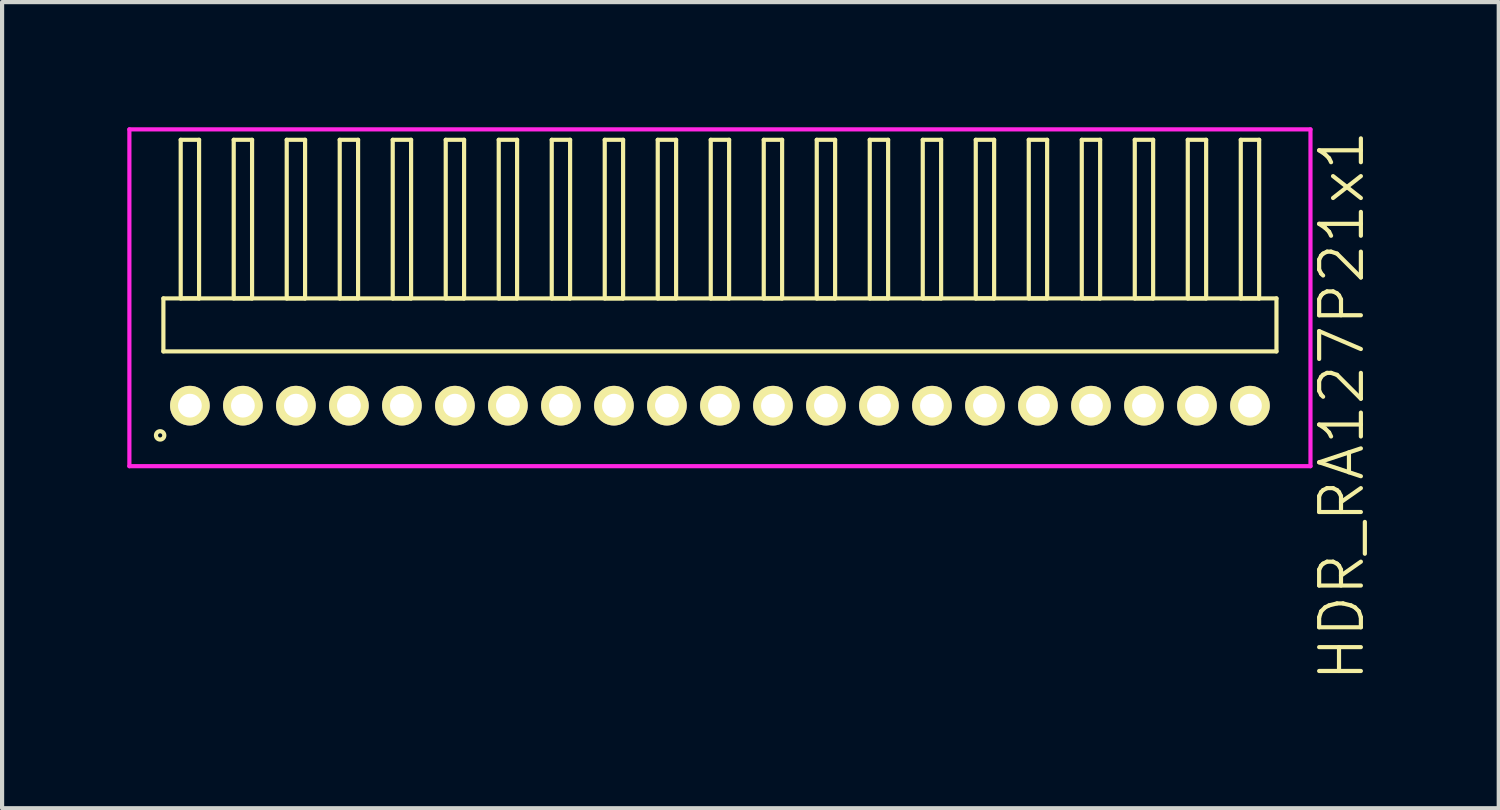
<source format=kicad_pcb>
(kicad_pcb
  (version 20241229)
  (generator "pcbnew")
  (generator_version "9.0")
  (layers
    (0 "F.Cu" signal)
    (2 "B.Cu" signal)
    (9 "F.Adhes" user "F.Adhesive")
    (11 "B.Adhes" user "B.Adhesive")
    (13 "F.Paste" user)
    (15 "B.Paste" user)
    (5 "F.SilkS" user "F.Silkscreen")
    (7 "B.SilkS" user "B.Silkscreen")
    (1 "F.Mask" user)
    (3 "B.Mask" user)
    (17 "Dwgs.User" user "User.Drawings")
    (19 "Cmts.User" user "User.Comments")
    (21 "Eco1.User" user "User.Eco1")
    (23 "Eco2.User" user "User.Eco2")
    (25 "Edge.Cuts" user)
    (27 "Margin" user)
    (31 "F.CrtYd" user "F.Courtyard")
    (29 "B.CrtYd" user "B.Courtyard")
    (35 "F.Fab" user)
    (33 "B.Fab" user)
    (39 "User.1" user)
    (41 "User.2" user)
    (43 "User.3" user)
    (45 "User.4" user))
  (footprint "HDR_RA127P21x1"
    (layer "F.Cu")
    (at 14.2 6.67)
    (property "Reference" "HDR_RA127P21x1" (at 14.9 0 90) (layer "F.SilkS") (effects (font (size 1 1) (thickness 0.1))))
    (attr through_hole)
    (fp_line (start -13.335 -2.57) (end -13.335 -1.3) (stroke (width 0.1) (type solid)) (layer "F.SilkS"))
    (fp_line (start -13.335 -1.3) (end 13.335 -1.3) (stroke (width 0.1) (type solid)) (layer "F.SilkS"))
    (fp_line (start -12.92 -6.37) (end -12.92 -2.57) (stroke (width 0.1) (type solid)) (layer "F.SilkS"))
    (fp_line (start -12.92 -2.57) (end -12.48 -2.57) (stroke (width 0.1) (type solid)) (layer "F.SilkS"))
    (fp_line (start -12.48 -6.37) (end -12.92 -6.37) (stroke (width 0.1) (type solid)) (layer "F.SilkS"))
    (fp_line (start -12.48 -2.57) (end -12.48 -6.37) (stroke (width 0.1) (type solid)) (layer "F.SilkS"))
    (fp_line (start -11.65 -6.37) (end -11.65 -2.57) (stroke (width 0.1) (type solid)) (layer "F.SilkS"))
    (fp_line (start -11.65 -2.57) (end -11.21 -2.57) (stroke (width 0.1) (type solid)) (layer "F.SilkS"))
    (fp_line (start -11.21 -6.37) (end -11.65 -6.37) (stroke (width 0.1) (type solid)) (layer "F.SilkS"))
    (fp_line (start -11.21 -2.57) (end -11.21 -6.37) (stroke (width 0.1) (type solid)) (layer "F.SilkS"))
    (fp_line (start -10.38 -6.37) (end -10.38 -2.57) (stroke (width 0.1) (type solid)) (layer "F.SilkS"))
    (fp_line (start -10.38 -2.57) (end -9.94 -2.57) (stroke (width 0.1) (type solid)) (layer "F.SilkS"))
    (fp_line (start -9.94 -6.37) (end -10.38 -6.37) (stroke (width 0.1) (type solid)) (layer "F.SilkS"))
    (fp_line (start -9.94 -2.57) (end -9.94 -6.37) (stroke (width 0.1) (type solid)) (layer "F.SilkS"))
    (fp_line (start -9.11 -6.37) (end -9.11 -2.57) (stroke (width 0.1) (type solid)) (layer "F.SilkS"))
    (fp_line (start -9.11 -2.57) (end -8.67 -2.57) (stroke (width 0.1) (type solid)) (layer "F.SilkS"))
    (fp_line (start -8.67 -6.37) (end -9.11 -6.37) (stroke (width 0.1) (type solid)) (layer "F.SilkS"))
    (fp_line (start -8.67 -2.57) (end -8.67 -6.37) (stroke (width 0.1) (type solid)) (layer "F.SilkS"))
    (fp_line (start -7.84 -6.37) (end -7.84 -2.57) (stroke (width 0.1) (type solid)) (layer "F.SilkS"))
    (fp_line (start -7.84 -2.57) (end -7.4 -2.57) (stroke (width 0.1) (type solid)) (layer "F.SilkS"))
    (fp_line (start -7.4 -6.37) (end -7.84 -6.37) (stroke (width 0.1) (type solid)) (layer "F.SilkS"))
    (fp_line (start -7.4 -2.57) (end -7.4 -6.37) (stroke (width 0.1) (type solid)) (layer "F.SilkS"))
    (fp_line (start -6.57 -6.37) (end -6.57 -2.57) (stroke (width 0.1) (type solid)) (layer "F.SilkS"))
    (fp_line (start -6.57 -2.57) (end -6.13 -2.57) (stroke (width 0.1) (type solid)) (layer "F.SilkS"))
    (fp_line (start -6.13 -6.37) (end -6.57 -6.37) (stroke (width 0.1) (type solid)) (layer "F.SilkS"))
    (fp_line (start -6.13 -2.57) (end -6.13 -6.37) (stroke (width 0.1) (type solid)) (layer "F.SilkS"))
    (fp_line (start -5.3 -6.37) (end -5.3 -2.57) (stroke (width 0.1) (type solid)) (layer "F.SilkS"))
    (fp_line (start -5.3 -2.57) (end -4.86 -2.57) (stroke (width 0.1) (type solid)) (layer "F.SilkS"))
    (fp_line (start -4.86 -6.37) (end -5.3 -6.37) (stroke (width 0.1) (type solid)) (layer "F.SilkS"))
    (fp_line (start -4.86 -2.57) (end -4.86 -6.37) (stroke (width 0.1) (type solid)) (layer "F.SilkS"))
    (fp_line (start -4.03 -6.37) (end -4.03 -2.57) (stroke (width 0.1) (type solid)) (layer "F.SilkS"))
    (fp_line (start -4.03 -2.57) (end -3.59 -2.57) (stroke (width 0.1) (type solid)) (layer "F.SilkS"))
    (fp_line (start -3.59 -6.37) (end -4.03 -6.37) (stroke (width 0.1) (type solid)) (layer "F.SilkS"))
    (fp_line (start -3.59 -2.57) (end -3.59 -6.37) (stroke (width 0.1) (type solid)) (layer "F.SilkS"))
    (fp_line (start -2.76 -6.37) (end -2.76 -2.57) (stroke (width 0.1) (type solid)) (layer "F.SilkS"))
    (fp_line (start -2.76 -2.57) (end -2.32 -2.57) (stroke (width 0.1) (type solid)) (layer "F.SilkS"))
    (fp_line (start -2.32 -6.37) (end -2.76 -6.37) (stroke (width 0.1) (type solid)) (layer "F.SilkS"))
    (fp_line (start -2.32 -2.57) (end -2.32 -6.37) (stroke (width 0.1) (type solid)) (layer "F.SilkS"))
    (fp_line (start -1.49 -6.37) (end -1.49 -2.57) (stroke (width 0.1) (type solid)) (layer "F.SilkS"))
    (fp_line (start -1.49 -2.57) (end -1.05 -2.57) (stroke (width 0.1) (type solid)) (layer "F.SilkS"))
    (fp_line (start -1.05 -6.37) (end -1.49 -6.37) (stroke (width 0.1) (type solid)) (layer "F.SilkS"))
    (fp_line (start -1.05 -2.57) (end -1.05 -6.37) (stroke (width 0.1) (type solid)) (layer "F.SilkS"))
    (fp_line (start -0.22 -6.37) (end -0.22 -2.57) (stroke (width 0.1) (type solid)) (layer "F.SilkS"))
    (fp_line (start -0.22 -2.57) (end 0.22 -2.57) (stroke (width 0.1) (type solid)) (layer "F.SilkS"))
    (fp_line (start 0.22 -6.37) (end -0.22 -6.37) (stroke (width 0.1) (type solid)) (layer "F.SilkS"))
    (fp_line (start 0.22 -2.57) (end 0.22 -6.37) (stroke (width 0.1) (type solid)) (layer "F.SilkS"))
    (fp_line (start 1.05 -6.37) (end 1.05 -2.57) (stroke (width 0.1) (type solid)) (layer "F.SilkS"))
    (fp_line (start 1.05 -2.57) (end 1.49 -2.57) (stroke (width 0.1) (type solid)) (layer "F.SilkS"))
    (fp_line (start 1.49 -6.37) (end 1.05 -6.37) (stroke (width 0.1) (type solid)) (layer "F.SilkS"))
    (fp_line (start 1.49 -2.57) (end 1.49 -6.37) (stroke (width 0.1) (type solid)) (layer "F.SilkS"))
    (fp_line (start 2.32 -6.37) (end 2.32 -2.57) (stroke (width 0.1) (type solid)) (layer "F.SilkS"))
    (fp_line (start 2.32 -2.57) (end 2.76 -2.57) (stroke (width 0.1) (type solid)) (layer "F.SilkS"))
    (fp_line (start 2.76 -6.37) (end 2.32 -6.37) (stroke (width 0.1) (type solid)) (layer "F.SilkS"))
    (fp_line (start 2.76 -2.57) (end 2.76 -6.37) (stroke (width 0.1) (type solid)) (layer "F.SilkS"))
    (fp_line (start 3.59 -6.37) (end 3.59 -2.57) (stroke (width 0.1) (type solid)) (layer "F.SilkS"))
    (fp_line (start 3.59 -2.57) (end 4.03 -2.57) (stroke (width 0.1) (type solid)) (layer "F.SilkS"))
    (fp_line (start 4.03 -6.37) (end 3.59 -6.37) (stroke (width 0.1) (type solid)) (layer "F.SilkS"))
    (fp_line (start 4.03 -2.57) (end 4.03 -6.37) (stroke (width 0.1) (type solid)) (layer "F.SilkS"))
    (fp_line (start 4.86 -6.37) (end 4.86 -2.57) (stroke (width 0.1) (type solid)) (layer "F.SilkS"))
    (fp_line (start 4.86 -2.57) (end 5.3 -2.57) (stroke (width 0.1) (type solid)) (layer "F.SilkS"))
    (fp_line (start 5.3 -6.37) (end 4.86 -6.37) (stroke (width 0.1) (type solid)) (layer "F.SilkS"))
    (fp_line (start 5.3 -2.57) (end 5.3 -6.37) (stroke (width 0.1) (type solid)) (layer "F.SilkS"))
    (fp_line (start 6.13 -6.37) (end 6.13 -2.57) (stroke (width 0.1) (type solid)) (layer "F.SilkS"))
    (fp_line (start 6.13 -2.57) (end 6.57 -2.57) (stroke (width 0.1) (type solid)) (layer "F.SilkS"))
    (fp_line (start 6.57 -6.37) (end 6.13 -6.37) (stroke (width 0.1) (type solid)) (layer "F.SilkS"))
    (fp_line (start 6.57 -2.57) (end 6.57 -6.37) (stroke (width 0.1) (type solid)) (layer "F.SilkS"))
    (fp_line (start 7.4 -6.37) (end 7.4 -2.57) (stroke (width 0.1) (type solid)) (layer "F.SilkS"))
    (fp_line (start 7.4 -2.57) (end 7.84 -2.57) (stroke (width 0.1) (type solid)) (layer "F.SilkS"))
    (fp_line (start 7.84 -6.37) (end 7.4 -6.37) (stroke (width 0.1) (type solid)) (layer "F.SilkS"))
    (fp_line (start 7.84 -2.57) (end 7.84 -6.37) (stroke (width 0.1) (type solid)) (layer "F.SilkS"))
    (fp_line (start 8.67 -6.37) (end 8.67 -2.57) (stroke (width 0.1) (type solid)) (layer "F.SilkS"))
    (fp_line (start 8.67 -2.57) (end 9.11 -2.57) (stroke (width 0.1) (type solid)) (layer "F.SilkS"))
    (fp_line (start 9.11 -6.37) (end 8.67 -6.37) (stroke (width 0.1) (type solid)) (layer "F.SilkS"))
    (fp_line (start 9.11 -2.57) (end 9.11 -6.37) (stroke (width 0.1) (type solid)) (layer "F.SilkS"))
    (fp_line (start 9.94 -6.37) (end 9.94 -2.57) (stroke (width 0.1) (type solid)) (layer "F.SilkS"))
    (fp_line (start 9.94 -2.57) (end 10.38 -2.57) (stroke (width 0.1) (type solid)) (layer "F.SilkS"))
    (fp_line (start 10.38 -6.37) (end 9.94 -6.37) (stroke (width 0.1) (type solid)) (layer "F.SilkS"))
    (fp_line (start 10.38 -2.57) (end 10.38 -6.37) (stroke (width 0.1) (type solid)) (layer "F.SilkS"))
    (fp_line (start 11.21 -6.37) (end 11.21 -2.57) (stroke (width 0.1) (type solid)) (layer "F.SilkS"))
    (fp_line (start 11.21 -2.57) (end 11.65 -2.57) (stroke (width 0.1) (type solid)) (layer "F.SilkS"))
    (fp_line (start 11.65 -6.37) (end 11.21 -6.37) (stroke (width 0.1) (type solid)) (layer "F.SilkS"))
    (fp_line (start 11.65 -2.57) (end 11.65 -6.37) (stroke (width 0.1) (type solid)) (layer "F.SilkS"))
    (fp_line (start 12.48 -6.37) (end 12.48 -2.57) (stroke (width 0.1) (type solid)) (layer "F.SilkS"))
    (fp_line (start 12.48 -2.57) (end 12.92 -2.57) (stroke (width 0.1) (type solid)) (layer "F.SilkS"))
    (fp_line (start 12.92 -6.37) (end 12.48 -6.37) (stroke (width 0.1) (type solid)) (layer "F.SilkS"))
    (fp_line (start 12.92 -2.57) (end 12.92 -6.37) (stroke (width 0.1) (type solid)) (layer "F.SilkS"))
    (fp_line (start 13.335 -2.57) (end -13.335 -2.57) (stroke (width 0.1) (type solid)) (layer "F.SilkS"))
    (fp_line (start 13.335 -1.3) (end 13.335 -2.57) (stroke (width 0.1) (type solid)) (layer "F.SilkS"))
    (fp_circle (center -13.413 0.712) (end -13.313 0.712) (stroke (width 0.1) (type solid)) (fill no) (layer "F.SilkS"))
    (fp_line (start -14.15 -6.62) (end -14.15 1.45) (stroke (width 0.1) (type solid)) (layer "F.CrtYd"))
    (fp_line (start -14.15 1.45) (end 14.15 1.45) (stroke (width 0.1) (type solid)) (layer "F.CrtYd"))
    (fp_line (start 14.15 -6.62) (end -14.15 -6.62) (stroke (width 0.1) (type solid)) (layer "F.CrtYd"))
    (fp_line (start 14.15 1.45) (end 14.15 -6.62) (stroke (width 0.1) (type solid)) (layer "F.CrtYd"))
    (pad "1" thru_hole oval (at -12.7 0) (size 0.95 0.95) (drill 0.57) (layers "*.Cu" "*.Mask" "F.SilkS"))
    (pad "2" thru_hole oval (at -11.43 0) (size 0.95 0.95) (drill 0.57) (layers "*.Cu" "*.Mask" "F.SilkS"))
    (pad "3" thru_hole oval (at -10.16 0) (size 0.95 0.95) (drill 0.57) (layers "*.Cu" "*.Mask" "F.SilkS"))
    (pad "4" thru_hole oval (at -8.89 0) (size 0.95 0.95) (drill 0.57) (layers "*.Cu" "*.Mask" "F.SilkS"))
    (pad "5" thru_hole oval (at -7.62 0) (size 0.95 0.95) (drill 0.57) (layers "*.Cu" "*.Mask" "F.SilkS"))
    (pad "6" thru_hole oval (at -6.35 0) (size 0.95 0.95) (drill 0.57) (layers "*.Cu" "*.Mask" "F.SilkS"))
    (pad "7" thru_hole oval (at -5.08 0) (size 0.95 0.95) (drill 0.57) (layers "*.Cu" "*.Mask" "F.SilkS"))
    (pad "8" thru_hole oval (at -3.81 0) (size 0.95 0.95) (drill 0.57) (layers "*.Cu" "*.Mask" "F.SilkS"))
    (pad "9" thru_hole oval (at -2.54 0) (size 0.95 0.95) (drill 0.57) (layers "*.Cu" "*.Mask" "F.SilkS"))
    (pad "10" thru_hole oval (at -1.27 0) (size 0.95 0.95) (drill 0.57) (layers "*.Cu" "*.Mask" "F.SilkS"))
    (pad "11" thru_hole oval (at 0 0) (size 0.95 0.95) (drill 0.57) (layers "*.Cu" "*.Mask" "F.SilkS"))
    (pad "12" thru_hole oval (at 1.27 0) (size 0.95 0.95) (drill 0.57) (layers "*.Cu" "*.Mask" "F.SilkS"))
    (pad "13" thru_hole oval (at 2.54 0) (size 0.95 0.95) (drill 0.57) (layers "*.Cu" "*.Mask" "F.SilkS"))
    (pad "14" thru_hole oval (at 3.81 0) (size 0.95 0.95) (drill 0.57) (layers "*.Cu" "*.Mask" "F.SilkS"))
    (pad "15" thru_hole oval (at 5.08 0) (size 0.95 0.95) (drill 0.57) (layers "*.Cu" "*.Mask" "F.SilkS"))
    (pad "16" thru_hole oval (at 6.35 0) (size 0.95 0.95) (drill 0.57) (layers "*.Cu" "*.Mask" "F.SilkS"))
    (pad "17" thru_hole oval (at 7.62 0) (size 0.95 0.95) (drill 0.57) (layers "*.Cu" "*.Mask" "F.SilkS"))
    (pad "18" thru_hole oval (at 8.89 0) (size 0.95 0.95) (drill 0.57) (layers "*.Cu" "*.Mask" "F.SilkS"))
    (pad "19" thru_hole oval (at 10.16 0) (size 0.95 0.95) (drill 0.57) (layers "*.Cu" "*.Mask" "F.SilkS"))
    (pad "20" thru_hole oval (at 11.43 0) (size 0.95 0.95) (drill 0.57) (layers "*.Cu" "*.Mask" "F.SilkS"))
    (pad "21" thru_hole oval (at 12.7 0) (size 0.95 0.95) (drill 0.57) (layers "*.Cu" "*.Mask" "F.SilkS")))
  (gr_rect
    (start -3 -3)
    (end 32.861 16.315)
    (stroke (width 0.1) (type default))
    (fill no)
    (layer "Edge.Cuts")))
</source>
